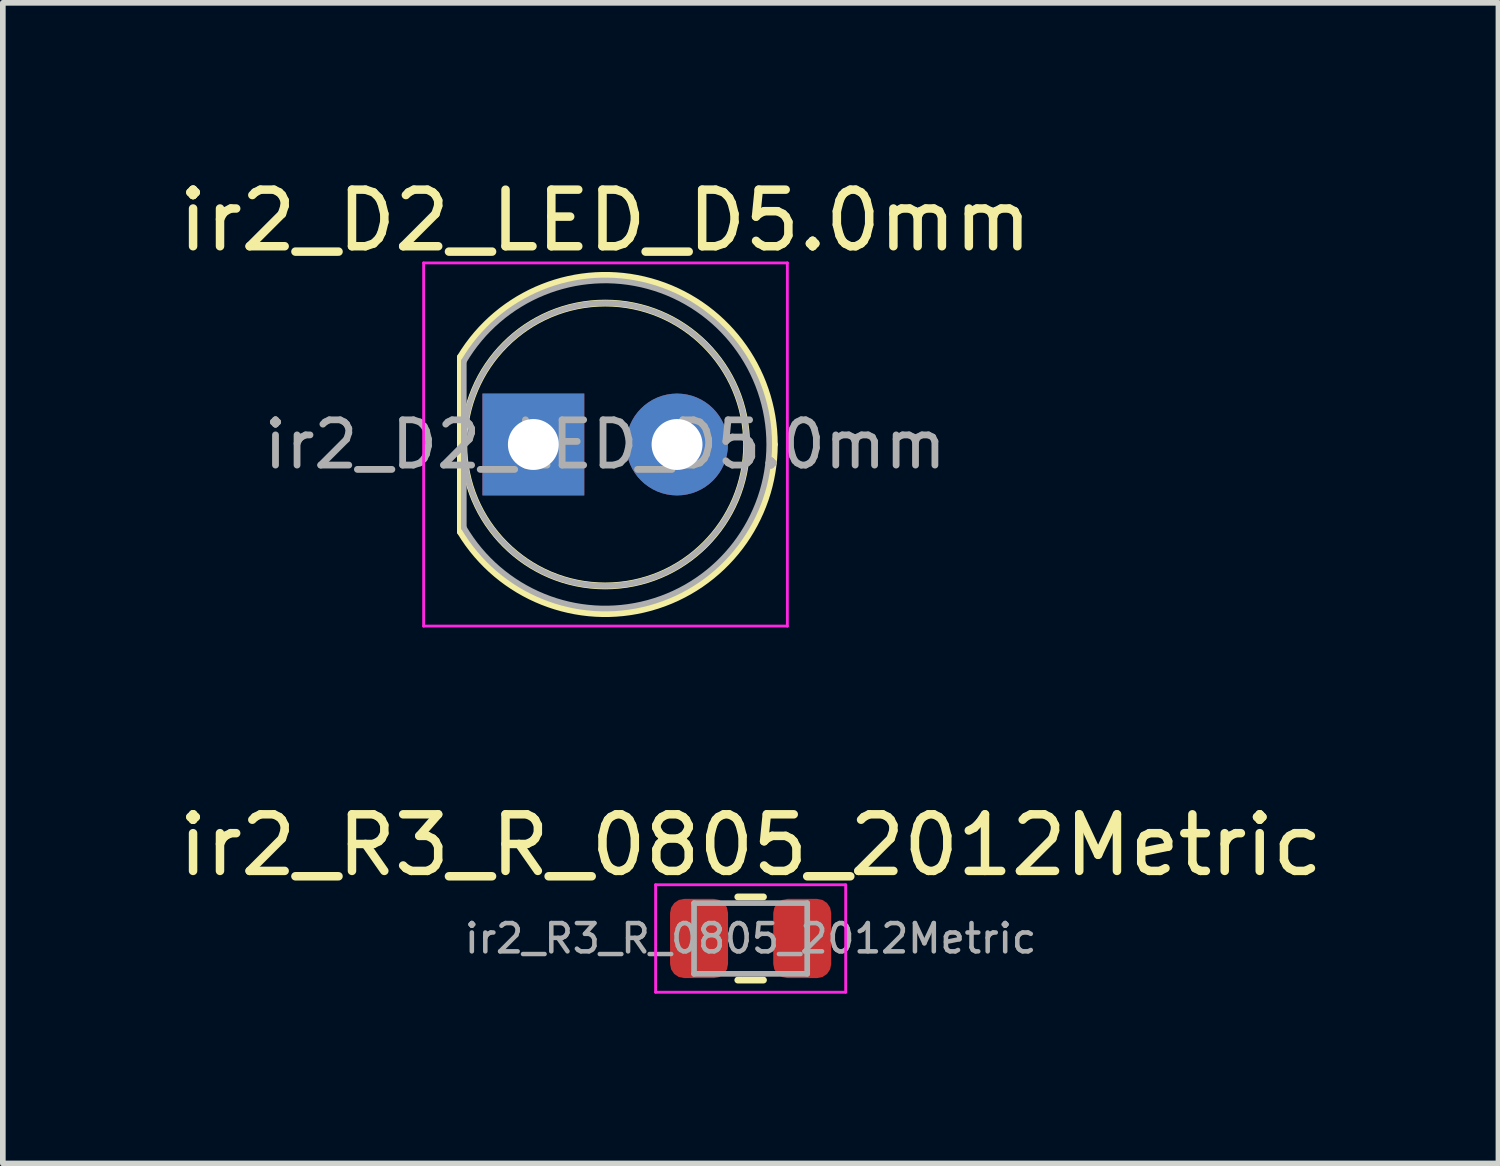
<source format=kicad_pcb>
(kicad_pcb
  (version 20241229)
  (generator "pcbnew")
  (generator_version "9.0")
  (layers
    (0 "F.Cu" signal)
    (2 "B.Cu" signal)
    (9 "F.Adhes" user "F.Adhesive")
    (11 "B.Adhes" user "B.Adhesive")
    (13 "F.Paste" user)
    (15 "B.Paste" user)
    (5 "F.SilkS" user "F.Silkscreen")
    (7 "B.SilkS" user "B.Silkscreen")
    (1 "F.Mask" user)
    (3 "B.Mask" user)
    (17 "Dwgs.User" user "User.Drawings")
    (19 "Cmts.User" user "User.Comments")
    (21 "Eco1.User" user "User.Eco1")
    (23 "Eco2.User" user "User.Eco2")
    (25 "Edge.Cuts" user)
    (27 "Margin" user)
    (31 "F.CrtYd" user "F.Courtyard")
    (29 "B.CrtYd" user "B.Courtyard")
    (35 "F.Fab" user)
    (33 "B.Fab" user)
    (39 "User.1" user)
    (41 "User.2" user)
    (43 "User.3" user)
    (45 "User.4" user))
  (footprint "ir2_R3_R_0805_2012Metric"
    (layer "F.Cu")
    (at 10.22 13.541)
    (property "Reference" "ir2_R3_R_0805_2012Metric" (at 0 -1.65 0) (layer "F.SilkS") (effects (font (size 1 1) (thickness 0.15))))
    (attr smd)
    (fp_line (start -0.227 -0.735) (end 0.227 -0.735) (stroke (width 0.12) (type solid)) (layer "F.SilkS"))
    (fp_line (start -0.227 0.735) (end 0.227 0.735) (stroke (width 0.12) (type solid)) (layer "F.SilkS"))
    (fp_line (start -1.68 -0.95) (end 1.68 -0.95) (stroke (width 0.05) (type solid)) (layer "F.CrtYd"))
    (fp_line (start -1.68 0.95) (end -1.68 -0.95) (stroke (width 0.05) (type solid)) (layer "F.CrtYd"))
    (fp_line (start 1.68 -0.95) (end 1.68 0.95) (stroke (width 0.05) (type solid)) (layer "F.CrtYd"))
    (fp_line (start 1.68 0.95) (end -1.68 0.95) (stroke (width 0.05) (type solid)) (layer "F.CrtYd"))
    (fp_line (start -1 -0.625) (end 1 -0.625) (stroke (width 0.1) (type solid)) (layer "F.Fab"))
    (fp_line (start -1 0.625) (end -1 -0.625) (stroke (width 0.1) (type solid)) (layer "F.Fab"))
    (fp_line (start 1 -0.625) (end 1 0.625) (stroke (width 0.1) (type solid)) (layer "F.Fab"))
    (fp_line (start 1 0.625) (end -1 0.625) (stroke (width 0.1) (type solid)) (layer "F.Fab"))
    (fp_text user "${REFERENCE}" (at 0 0 0) (layer "F.Fab") (effects (font (size 0.5 0.5) (thickness 0.08))))
    (pad "1" smd roundrect (at -0.912 0) (size 1.025 1.4) (layers "F.Cu" "F.Mask" "F.Paste") (roundrect_rratio 0.244))
    (pad "2" smd roundrect (at 0.912 0) (size 1.025 1.4) (layers "F.Cu" "F.Mask" "F.Paste") (roundrect_rratio 0.244)))
  (footprint "ir2_D2_LED_D5.0mm"
    (layer "F.Cu")
    (at 6.379 4.808)
    (property "Reference" "ir2_D2_LED_D5.0mm" (at 1.27 -3.96 0) (layer "F.SilkS") (effects (font (size 1 1) (thickness 0.15))))
    (attr through_hole)
    (fp_line (start -1.29 -1.545) (end -1.29 1.545) (stroke (width 0.12) (type solid)) (layer "F.SilkS"))
    (fp_arc (start -1.29 -1.54483) (mid 2.071779 -2.880495) (end 4.26 0) (stroke (width 0.12) (type solid)) (layer "F.SilkS"))
    (fp_arc (start 4.26 0) (mid 2.071779 2.880495) (end -1.29 1.54483) (stroke (width 0.12) (type solid)) (layer "F.SilkS"))
    (fp_circle (center 1.27 0) (end 3.77 0) (stroke (width 0.12) (type solid)) (fill no) (layer "F.SilkS"))
    (fp_line (start -1.94 -3.21) (end -1.94 3.21) (stroke (width 0.05) (type solid)) (layer "F.CrtYd"))
    (fp_line (start -1.94 3.21) (end 4.49 3.21) (stroke (width 0.05) (type solid)) (layer "F.CrtYd"))
    (fp_line (start 4.49 -3.21) (end -1.94 -3.21) (stroke (width 0.05) (type solid)) (layer "F.CrtYd"))
    (fp_line (start 4.49 3.21) (end 4.49 -3.21) (stroke (width 0.05) (type solid)) (layer "F.CrtYd"))
    (fp_line (start -1.23 -1.47) (end -1.23 1.47) (stroke (width 0.1) (type solid)) (layer "F.Fab"))
    (fp_arc (start -1.23 -1.469694) (mid 4.17 0) (end -1.23 1.469694) (stroke (width 0.1) (type solid)) (layer "F.Fab"))
    (fp_circle (center 1.27 0) (end 3.77 0) (stroke (width 0.1) (type solid)) (fill no) (layer "F.Fab"))
    (fp_text user "${REFERENCE}" (at 1.27 0 0) (layer "F.Fab") (effects (font (size 0.8 0.8) (thickness 0.12))))
    (pad "1" thru_hole rect (at 0 0) (size 1.8 1.8) (drill 0.9) (layers "*.Cu" "*.Mask"))
    (pad "2" thru_hole circle (at 2.54 0) (size 1.8 1.8) (drill 0.9) (layers "*.Cu" "*.Mask")))
  (gr_rect
    (start -3 -3)
    (end 23.44 17.517)
    (stroke (width 0.1) (type default))
    (fill no)
    (layer "Edge.Cuts")))
</source>
